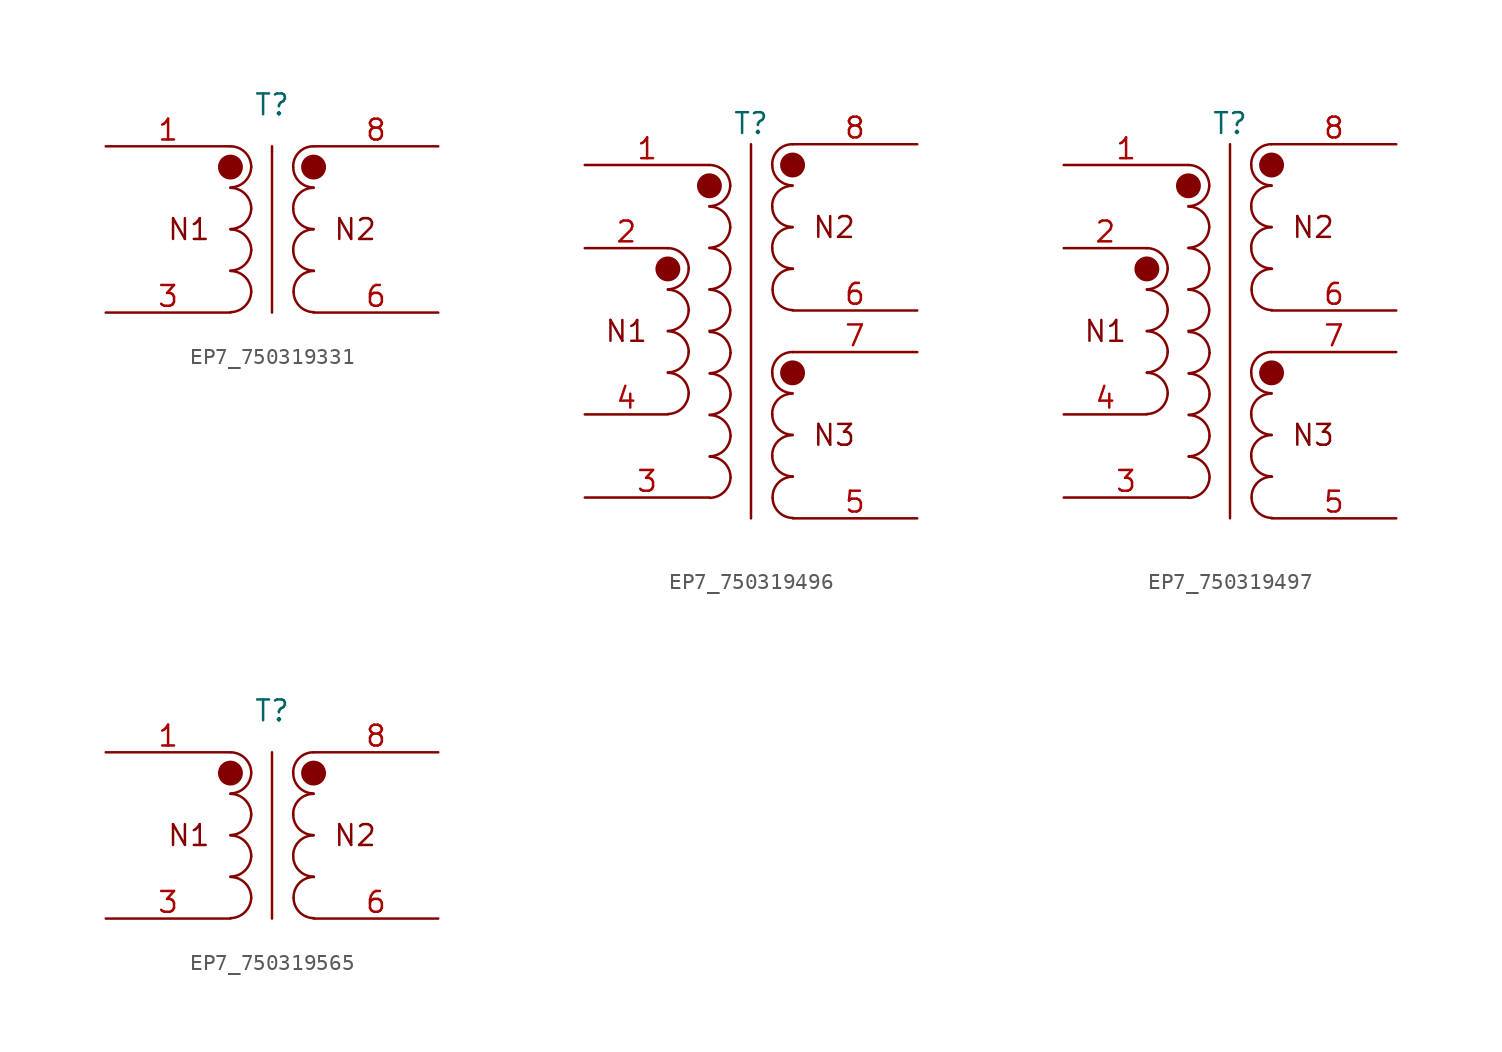
<source format=kicad_sym>
(kicad_symbol_lib
  (version 20220914)
  (generator kicad_symbol_editor)
  (symbol "EP7_750319331"
    (pin_names hide)
    (property "Reference" "T"
      (at 0 7.62 0)
      (effects (font (size 1.27 1.27))))
    (property "Critical Parameter" ""
      (at 0 -5.08 0)
      (effects (font (size 1.27 1.27))))
    (symbol "EP7_750319331_0_1"
      (arc (start -2.54 -5.0546) (mid -1.6599 -4.6901) (end -1.27 -3.81) (stroke (width 0) (type default)) (fill (type none)))
      (arc (start -2.54 -2.5146) (mid -1.6599 -2.1501) (end -1.27 -1.27) (stroke (width 0) (type default)) (fill (type none)))
      (arc (start -2.54 0.0254) (mid -1.6599 0.3899) (end -1.27 1.27) (stroke (width 0) (type default)) (fill (type none)))
      (arc (start -2.54 2.5654) (mid -1.6599 2.9299) (end -1.27 3.81) (stroke (width 0) (type default)) (fill (type none)))
      (arc (start -1.27 -3.81) (mid -1.642 -2.912) (end -2.54 -2.54) (stroke (width 0) (type default)) (fill (type none)))
      (arc (start -1.27 -1.27) (mid -1.642 -0.372) (end -2.54 0) (stroke (width 0) (type default)) (fill (type none)))
      (arc (start -1.27 1.27) (mid -1.642 2.168) (end -2.54 2.54) (stroke (width 0) (type default)) (fill (type none)))
      (arc (start -1.27 3.81) (mid -1.642 4.708) (end -2.54 5.08) (stroke (width 0) (type default)) (fill (type none)))
      (polyline (pts (xy 0 5.08) (xy 0 -5.08)) (stroke (width 0) (type default)) (fill (type none)))
      (arc (start 1.2954 -1.27) (mid 1.6599 -2.1501) (end 2.54 -2.5146) (stroke (width 0) (type default)) (fill (type none)))
      (arc (start 1.2954 1.27) (mid 1.6599 0.3899) (end 2.54 0.0254) (stroke (width 0) (type default)) (fill (type none)))
      (arc (start 1.2954 3.81) (mid 1.6599 2.9299) (end 2.54 2.5654) (stroke (width 0) (type default)) (fill (type none)))
      (arc (start 1.3208 -3.81) (mid 1.6853 -4.6901) (end 2.5654 -5.0546) (stroke (width 0) (type default)) (fill (type none)))
      (arc (start 2.54 0) (mid 1.642 -0.372) (end 1.2954 -1.27) (stroke (width 0) (type default)) (fill (type none)))
      (arc (start 2.54 2.54) (mid 1.642 2.168) (end 1.2954 1.27) (stroke (width 0) (type default)) (fill (type none)))
      (arc (start 2.54 5.08) (mid 1.642 4.708) (end 1.2954 3.81) (stroke (width 0) (type default)) (fill (type none)))
      (arc (start 2.5654 -2.54) (mid 1.6674 -2.912) (end 1.3208 -3.81) (stroke (width 0) (type default)) (fill (type none))))
    (symbol "EP7_750319331_1_1"
      (circle (center -2.54 3.81) (radius 0.0001) (stroke (width 0.762) (type default)) (fill (type none)))
      (circle (center 2.54 3.81) (radius 0.0001) (stroke (width 0.762) (type default)) (fill (type none)))
      (text "N1" (at -5.08 0 0) (effects (font (size 1.27 1.27))))
      (text "N2" (at 5.08 0 0) (effects (font (size 1.27 1.27))))
      (pin passive line (at -10.16 5.08 0) (length 7.62) (name "1" (effects (font (size 1.27 1.27)))) (number "1" (effects (font (size 1.27 1.27)))))
      (pin passive line (at -10.16 -5.08 0) (length 7.62) (name "3" (effects (font (size 1.27 1.27)))) (number "3" (effects (font (size 1.27 1.27)))))
      (pin passive line (at 10.16 -5.08 180) (length 7.62) (name "6" (effects (font (size 1.27 1.27)))) (number "6" (effects (font (size 1.27 1.27)))))
      (pin passive line (at 10.16 5.08 180) (length 7.62) (name "8" (effects (font (size 1.27 1.27)))) (number "8" (effects (font (size 1.27 1.27)))))))
  (symbol "EP7_750319496"
    (pin_names hide)
    (property "Reference" "T"
      (at 0 12.7 0)
      (effects (font (size 1.27 1.27))))
    (property "Critical Parameter" ""
      (at 0 -5.08 0)
      (effects (font (size 1.27 1.27))))
    (symbol "EP7_750319496_0_1"
      (arc (start -5.08 -5.0546) (mid -4.1961 -4.6863) (end -3.81 -3.81) (stroke (width 0) (type default)) (fill (type none)))
      (arc (start -5.08 -2.5146) (mid -4.1961 -2.1463) (end -3.81 -1.27) (stroke (width 0) (type default)) (fill (type none)))
      (arc (start -5.08 0.0254) (mid -4.1961 0.3937) (end -3.81 1.27) (stroke (width 0) (type default)) (fill (type none)))
      (arc (start -5.08 2.5654) (mid -4.1961 2.9337) (end -3.81 3.81) (stroke (width 0) (type default)) (fill (type none)))
      (arc (start -3.81 -3.81) (mid -4.182 -2.912) (end -5.08 -2.54) (stroke (width 0) (type default)) (fill (type none)))
      (arc (start -3.81 -1.27) (mid -4.182 -0.372) (end -5.08 0) (stroke (width 0) (type default)) (fill (type none)))
      (arc (start -3.81 1.27) (mid -4.182 2.168) (end -5.08 2.54) (stroke (width 0) (type default)) (fill (type none)))
      (arc (start -3.81 3.81) (mid -4.182 4.708) (end -5.08 5.08) (stroke (width 0) (type default)) (fill (type none)))
      (arc (start -2.54 0.0254) (mid -1.6561 0.3937) (end -1.27 1.27) (stroke (width 0) (type default)) (fill (type none)))
      (arc (start -2.54 2.5654) (mid -1.6561 2.9337) (end -1.27 3.81) (stroke (width 0) (type default)) (fill (type none)))
      (arc (start -2.54 5.1054) (mid -1.6561 5.4737) (end -1.27 6.35) (stroke (width 0) (type default)) (fill (type none)))
      (arc (start -2.54 7.6454) (mid -1.6561 8.0137) (end -1.27 8.89) (stroke (width 0) (type default)) (fill (type none)))
      (arc (start -2.5215 -10.1791) (mid -1.6376 -9.8108) (end -1.2515 -8.9345) (stroke (width 0) (type default)) (fill (type none)))
      (arc (start -2.5215 -7.6391) (mid -1.6376 -7.2708) (end -1.2515 -6.3945) (stroke (width 0) (type default)) (fill (type none)))
      (arc (start -2.5215 -5.0991) (mid -1.6376 -4.7308) (end -1.2515 -3.8545) (stroke (width 0) (type default)) (fill (type none)))
      (arc (start -2.5215 -2.5591) (mid -1.6376 -2.1908) (end -1.2515 -1.3145) (stroke (width 0) (type default)) (fill (type none)))
      (arc (start -1.27 1.27) (mid -1.642 2.168) (end -2.54 2.54) (stroke (width 0) (type default)) (fill (type none)))
      (arc (start -1.27 3.81) (mid -1.642 4.708) (end -2.54 5.08) (stroke (width 0) (type default)) (fill (type none)))
      (arc (start -1.27 6.35) (mid -1.642 7.248) (end -2.54 7.62) (stroke (width 0) (type default)) (fill (type none)))
      (arc (start -1.27 8.89) (mid -1.642 9.788) (end -2.54 10.16) (stroke (width 0) (type default)) (fill (type none)))
      (arc (start -1.2515 -8.9345) (mid -1.6235 -8.0365) (end -2.5215 -7.6645) (stroke (width 0) (type default)) (fill (type none)))
      (arc (start -1.2515 -6.3945) (mid -1.6235 -5.4965) (end -2.5215 -5.1245) (stroke (width 0) (type default)) (fill (type none)))
      (arc (start -1.2515 -3.8545) (mid -1.6235 -2.9565) (end -2.5215 -2.5845) (stroke (width 0) (type default)) (fill (type none)))
      (arc (start -1.2515 -1.3145) (mid -1.6235 -0.4165) (end -2.5215 -0.0445) (stroke (width 0) (type default)) (fill (type none)))
      (polyline (pts (xy 0 11.43) (xy 0 -11.43)) (stroke (width 0) (type default)) (fill (type none)))
      (arc (start 1.2954 -7.62) (mid 1.66 -8.4999) (end 2.54 -8.8646) (stroke (width 0) (type default)) (fill (type none)))
      (arc (start 1.2954 -5.08) (mid 1.66 -5.9599) (end 2.54 -6.3246) (stroke (width 0) (type default)) (fill (type none)))
      (arc (start 1.2954 -2.54) (mid 1.66 -3.4199) (end 2.54 -3.7846) (stroke (width 0) (type default)) (fill (type none)))
      (arc (start 1.2954 5.08) (mid 1.66 4.2001) (end 2.54 3.8354) (stroke (width 0) (type default)) (fill (type none)))
      (arc (start 1.2954 7.62) (mid 1.66 6.7401) (end 2.54 6.3754) (stroke (width 0) (type default)) (fill (type none)))
      (arc (start 1.2954 10.16) (mid 1.66 9.2801) (end 2.54 8.9154) (stroke (width 0) (type default)) (fill (type none)))
      (arc (start 1.3208 -10.16) (mid 1.6855 -11.0399) (end 2.5654 -11.4046) (stroke (width 0) (type default)) (fill (type none)))
      (arc (start 1.3208 2.54) (mid 1.6855 1.6601) (end 2.5654 1.2954) (stroke (width 0) (type default)) (fill (type none)))
      (arc (start 2.54 -6.35) (mid 1.6461 -6.7186) (end 1.2954 -7.62) (stroke (width 0) (type default)) (fill (type none)))
      (arc (start 2.54 -3.81) (mid 1.6461 -4.1786) (end 1.2954 -5.08) (stroke (width 0) (type default)) (fill (type none)))
      (arc (start 2.54 -1.27) (mid 1.6461 -1.6386) (end 1.2954 -2.54) (stroke (width 0) (type default)) (fill (type none)))
      (arc (start 2.54 6.35) (mid 1.6461 5.9814) (end 1.2954 5.08) (stroke (width 0) (type default)) (fill (type none)))
      (arc (start 2.54 8.89) (mid 1.6461 8.5214) (end 1.2954 7.62) (stroke (width 0) (type default)) (fill (type none)))
      (arc (start 2.54 11.43) (mid 1.6461 11.0614) (end 1.2954 10.16) (stroke (width 0) (type default)) (fill (type none)))
      (arc (start 2.5654 -8.89) (mid 1.6705 -9.2581) (end 1.3208 -10.16) (stroke (width 0) (type default)) (fill (type none)))
      (arc (start 2.5654 3.81) (mid 1.6705 3.4419) (end 1.3208 2.54) (stroke (width 0) (type default)) (fill (type none))))
    (symbol "EP7_750319496_1_1"
      (circle (center -5.08 3.81) (radius 0.0001) (stroke (width 0.762) (type default)) (fill (type none)))
      (circle (center -2.54 8.89) (radius 0.0001) (stroke (width 0.762) (type default)) (fill (type none)))
      (circle (center 2.54 -2.54) (radius 0.0001) (stroke (width 0.762) (type default)) (fill (type none)))
      (circle (center 2.54 10.16) (radius 0.0001) (stroke (width 0.762) (type default)) (fill (type none)))
      (text "N1" (at -7.62 0 0) (effects (font (size 1.27 1.27))))
      (text "N2" (at 5.08 6.35 0) (effects (font (size 1.27 1.27))))
      (text "N3" (at 5.08 -6.35 0) (effects (font (size 1.27 1.27))))
      (pin passive line (at -10.16 10.16 0) (length 7.62) (name "1" (effects (font (size 1.27 1.27)))) (number "1" (effects (font (size 1.27 1.27)))))
      (pin passive line (at -10.16 5.08 0) (length 5.08) (name "2" (effects (font (size 1.27 1.27)))) (number "2" (effects (font (size 1.27 1.27)))))
      (pin passive line (at -10.16 -10.16 0) (length 7.62) (name "3" (effects (font (size 1.27 1.27)))) (number "3" (effects (font (size 1.27 1.27)))))
      (pin passive line (at -10.16 -5.08 0) (length 5.08) (name "4" (effects (font (size 1.27 1.27)))) (number "4" (effects (font (size 1.27 1.27)))))
      (pin passive line (at 10.16 -11.43 180) (length 7.62) (name "5" (effects (font (size 1.27 1.27)))) (number "5" (effects (font (size 1.27 1.27)))))
      (pin passive line (at 10.16 1.27 180) (length 7.62) (name "6" (effects (font (size 1.27 1.27)))) (number "6" (effects (font (size 1.27 1.27)))))
      (pin passive line (at 10.16 -1.27 180) (length 7.62) (name "7" (effects (font (size 1.27 1.27)))) (number "7" (effects (font (size 1.27 1.27)))))
      (pin passive line (at 10.16 11.43 180) (length 7.62) (name "8" (effects (font (size 1.27 1.27)))) (number "8" (effects (font (size 1.27 1.27)))))))
  (symbol "EP7_750319497"
    (pin_names hide)
    (property "Reference" "T"
      (at 0 12.7 0)
      (effects (font (size 1.27 1.27))))
    (property "Critical Parameter" ""
      (at 0 -5.08 0)
      (effects (font (size 1.27 1.27))))
    (symbol "EP7_750319497_0_1"
      (arc (start -5.08 -5.0546) (mid -4.1961 -4.6863) (end -3.81 -3.81) (stroke (width 0) (type default)) (fill (type none)))
      (arc (start -5.08 -2.5146) (mid -4.1961 -2.1463) (end -3.81 -1.27) (stroke (width 0) (type default)) (fill (type none)))
      (arc (start -5.08 0.0254) (mid -4.1961 0.3937) (end -3.81 1.27) (stroke (width 0) (type default)) (fill (type none)))
      (arc (start -5.08 2.5654) (mid -4.1961 2.9337) (end -3.81 3.81) (stroke (width 0) (type default)) (fill (type none)))
      (arc (start -3.81 -3.81) (mid -4.182 -2.912) (end -5.08 -2.54) (stroke (width 0) (type default)) (fill (type none)))
      (arc (start -3.81 -1.27) (mid -4.182 -0.372) (end -5.08 0) (stroke (width 0) (type default)) (fill (type none)))
      (arc (start -3.81 1.27) (mid -4.182 2.168) (end -5.08 2.54) (stroke (width 0) (type default)) (fill (type none)))
      (arc (start -3.81 3.81) (mid -4.182 4.708) (end -5.08 5.08) (stroke (width 0) (type default)) (fill (type none)))
      (arc (start -2.54 0.0254) (mid -1.6561 0.3937) (end -1.27 1.27) (stroke (width 0) (type default)) (fill (type none)))
      (arc (start -2.54 2.5654) (mid -1.6561 2.9337) (end -1.27 3.81) (stroke (width 0) (type default)) (fill (type none)))
      (arc (start -2.54 5.1054) (mid -1.6561 5.4737) (end -1.27 6.35) (stroke (width 0) (type default)) (fill (type none)))
      (arc (start -2.54 7.6454) (mid -1.6561 8.0137) (end -1.27 8.89) (stroke (width 0) (type default)) (fill (type none)))
      (arc (start -2.5215 -10.1791) (mid -1.6376 -9.8108) (end -1.2515 -8.9345) (stroke (width 0) (type default)) (fill (type none)))
      (arc (start -2.5215 -7.6391) (mid -1.6376 -7.2708) (end -1.2515 -6.3945) (stroke (width 0) (type default)) (fill (type none)))
      (arc (start -2.5215 -5.0991) (mid -1.6376 -4.7308) (end -1.2515 -3.8545) (stroke (width 0) (type default)) (fill (type none)))
      (arc (start -2.5215 -2.5591) (mid -1.6376 -2.1908) (end -1.2515 -1.3145) (stroke (width 0) (type default)) (fill (type none)))
      (arc (start -1.27 1.27) (mid -1.642 2.168) (end -2.54 2.54) (stroke (width 0) (type default)) (fill (type none)))
      (arc (start -1.27 3.81) (mid -1.642 4.708) (end -2.54 5.08) (stroke (width 0) (type default)) (fill (type none)))
      (arc (start -1.27 6.35) (mid -1.642 7.248) (end -2.54 7.62) (stroke (width 0) (type default)) (fill (type none)))
      (arc (start -1.27 8.89) (mid -1.642 9.788) (end -2.54 10.16) (stroke (width 0) (type default)) (fill (type none)))
      (arc (start -1.2515 -8.9345) (mid -1.6235 -8.0365) (end -2.5215 -7.6645) (stroke (width 0) (type default)) (fill (type none)))
      (arc (start -1.2515 -6.3945) (mid -1.6235 -5.4965) (end -2.5215 -5.1245) (stroke (width 0) (type default)) (fill (type none)))
      (arc (start -1.2515 -3.8545) (mid -1.6235 -2.9565) (end -2.5215 -2.5845) (stroke (width 0) (type default)) (fill (type none)))
      (arc (start -1.2515 -1.3145) (mid -1.6235 -0.4165) (end -2.5215 -0.0445) (stroke (width 0) (type default)) (fill (type none)))
      (polyline (pts (xy 0 11.43) (xy 0 -11.43)) (stroke (width 0) (type default)) (fill (type none)))
      (arc (start 1.2954 -7.62) (mid 1.66 -8.4999) (end 2.54 -8.8646) (stroke (width 0) (type default)) (fill (type none)))
      (arc (start 1.2954 -5.08) (mid 1.66 -5.9599) (end 2.54 -6.3246) (stroke (width 0) (type default)) (fill (type none)))
      (arc (start 1.2954 -2.54) (mid 1.66 -3.4199) (end 2.54 -3.7846) (stroke (width 0) (type default)) (fill (type none)))
      (arc (start 1.2954 5.08) (mid 1.66 4.2001) (end 2.54 3.8354) (stroke (width 0) (type default)) (fill (type none)))
      (arc (start 1.2954 7.62) (mid 1.66 6.7401) (end 2.54 6.3754) (stroke (width 0) (type default)) (fill (type none)))
      (arc (start 1.2954 10.16) (mid 1.66 9.2801) (end 2.54 8.9154) (stroke (width 0) (type default)) (fill (type none)))
      (arc (start 1.3208 -10.16) (mid 1.6855 -11.0399) (end 2.5654 -11.4046) (stroke (width 0) (type default)) (fill (type none)))
      (arc (start 1.3208 2.54) (mid 1.6855 1.6601) (end 2.5654 1.2954) (stroke (width 0) (type default)) (fill (type none)))
      (arc (start 2.54 -6.35) (mid 1.6461 -6.7186) (end 1.2954 -7.62) (stroke (width 0) (type default)) (fill (type none)))
      (arc (start 2.54 -3.81) (mid 1.6461 -4.1786) (end 1.2954 -5.08) (stroke (width 0) (type default)) (fill (type none)))
      (arc (start 2.54 -1.27) (mid 1.6461 -1.6386) (end 1.2954 -2.54) (stroke (width 0) (type default)) (fill (type none)))
      (arc (start 2.54 6.35) (mid 1.6461 5.9814) (end 1.2954 5.08) (stroke (width 0) (type default)) (fill (type none)))
      (arc (start 2.54 8.89) (mid 1.6461 8.5214) (end 1.2954 7.62) (stroke (width 0) (type default)) (fill (type none)))
      (arc (start 2.54 11.43) (mid 1.6461 11.0614) (end 1.2954 10.16) (stroke (width 0) (type default)) (fill (type none)))
      (arc (start 2.5654 -8.89) (mid 1.6705 -9.2581) (end 1.3208 -10.16) (stroke (width 0) (type default)) (fill (type none)))
      (arc (start 2.5654 3.81) (mid 1.6705 3.4419) (end 1.3208 2.54) (stroke (width 0) (type default)) (fill (type none))))
    (symbol "EP7_750319497_1_1"
      (circle (center -5.08 3.81) (radius 0.0001) (stroke (width 0.762) (type default)) (fill (type none)))
      (circle (center -2.54 8.89) (radius 0.0001) (stroke (width 0.762) (type default)) (fill (type none)))
      (circle (center 2.54 -2.54) (radius 0.0001) (stroke (width 0.762) (type default)) (fill (type none)))
      (circle (center 2.54 10.16) (radius 0.0001) (stroke (width 0.762) (type default)) (fill (type none)))
      (text "N1" (at -7.62 0 0) (effects (font (size 1.27 1.27))))
      (text "N2" (at 5.08 6.35 0) (effects (font (size 1.27 1.27))))
      (text "N3" (at 5.08 -6.35 0) (effects (font (size 1.27 1.27))))
      (pin passive line (at -10.16 10.16 0) (length 7.62) (name "1" (effects (font (size 1.27 1.27)))) (number "1" (effects (font (size 1.27 1.27)))))
      (pin passive line (at -10.16 5.08 0) (length 5.08) (name "2" (effects (font (size 1.27 1.27)))) (number "2" (effects (font (size 1.27 1.27)))))
      (pin passive line (at -10.16 -10.16 0) (length 7.62) (name "3" (effects (font (size 1.27 1.27)))) (number "3" (effects (font (size 1.27 1.27)))))
      (pin passive line (at -10.16 -5.08 0) (length 5.08) (name "4" (effects (font (size 1.27 1.27)))) (number "4" (effects (font (size 1.27 1.27)))))
      (pin passive line (at 10.16 -11.43 180) (length 7.62) (name "5" (effects (font (size 1.27 1.27)))) (number "5" (effects (font (size 1.27 1.27)))))
      (pin passive line (at 10.16 1.27 180) (length 7.62) (name "6" (effects (font (size 1.27 1.27)))) (number "6" (effects (font (size 1.27 1.27)))))
      (pin passive line (at 10.16 -1.27 180) (length 7.62) (name "7" (effects (font (size 1.27 1.27)))) (number "7" (effects (font (size 1.27 1.27)))))
      (pin passive line (at 10.16 11.43 180) (length 7.62) (name "8" (effects (font (size 1.27 1.27)))) (number "8" (effects (font (size 1.27 1.27)))))))
  (symbol "EP7_750319565"
    (pin_names hide)
    (property "Reference" "T"
      (at 0 7.62 0)
      (effects (font (size 1.27 1.27))))
    (property "Critical Parameter" ""
      (at 0 -5.08 0)
      (effects (font (size 1.27 1.27))))
    (symbol "EP7_750319565_0_1"
      (arc (start -2.54 -5.0546) (mid -1.6599 -4.6901) (end -1.27 -3.81) (stroke (width 0) (type default)) (fill (type none)))
      (arc (start -2.54 -2.5146) (mid -1.6599 -2.1501) (end -1.27 -1.27) (stroke (width 0) (type default)) (fill (type none)))
      (arc (start -2.54 0.0254) (mid -1.6599 0.3899) (end -1.27 1.27) (stroke (width 0) (type default)) (fill (type none)))
      (arc (start -2.54 2.5654) (mid -1.6599 2.9299) (end -1.27 3.81) (stroke (width 0) (type default)) (fill (type none)))
      (arc (start -1.27 -3.81) (mid -1.642 -2.912) (end -2.54 -2.54) (stroke (width 0) (type default)) (fill (type none)))
      (arc (start -1.27 -1.27) (mid -1.642 -0.372) (end -2.54 0) (stroke (width 0) (type default)) (fill (type none)))
      (arc (start -1.27 1.27) (mid -1.642 2.168) (end -2.54 2.54) (stroke (width 0) (type default)) (fill (type none)))
      (arc (start -1.27 3.81) (mid -1.642 4.708) (end -2.54 5.08) (stroke (width 0) (type default)) (fill (type none)))
      (polyline (pts (xy 0 5.08) (xy 0 -5.08)) (stroke (width 0) (type default)) (fill (type none)))
      (arc (start 1.2954 -1.27) (mid 1.6599 -2.1501) (end 2.54 -2.5146) (stroke (width 0) (type default)) (fill (type none)))
      (arc (start 1.2954 1.27) (mid 1.6599 0.3899) (end 2.54 0.0254) (stroke (width 0) (type default)) (fill (type none)))
      (arc (start 1.2954 3.81) (mid 1.6599 2.9299) (end 2.54 2.5654) (stroke (width 0) (type default)) (fill (type none)))
      (arc (start 1.3208 -3.81) (mid 1.6853 -4.6901) (end 2.5654 -5.0546) (stroke (width 0) (type default)) (fill (type none)))
      (arc (start 2.54 0) (mid 1.642 -0.372) (end 1.2954 -1.27) (stroke (width 0) (type default)) (fill (type none)))
      (arc (start 2.54 2.54) (mid 1.642 2.168) (end 1.2954 1.27) (stroke (width 0) (type default)) (fill (type none)))
      (arc (start 2.54 5.08) (mid 1.642 4.708) (end 1.2954 3.81) (stroke (width 0) (type default)) (fill (type none)))
      (arc (start 2.5654 -2.54) (mid 1.6674 -2.912) (end 1.3208 -3.81) (stroke (width 0) (type default)) (fill (type none))))
    (symbol "EP7_750319565_1_1"
      (circle (center -2.54 3.81) (radius 0.0001) (stroke (width 0.762) (type default)) (fill (type none)))
      (circle (center 2.54 3.81) (radius 0.0001) (stroke (width 0.762) (type default)) (fill (type none)))
      (text "N1" (at -5.08 0 0) (effects (font (size 1.27 1.27))))
      (text "N2" (at 5.08 0 0) (effects (font (size 1.27 1.27))))
      (pin passive line (at -10.16 5.08 0) (length 7.62) (name "1" (effects (font (size 1.27 1.27)))) (number "1" (effects (font (size 1.27 1.27)))))
      (pin passive line (at -10.16 -5.08 0) (length 7.62) (name "3" (effects (font (size 1.27 1.27)))) (number "3" (effects (font (size 1.27 1.27)))))
      (pin passive line (at 10.16 -5.08 180) (length 7.62) (name "6" (effects (font (size 1.27 1.27)))) (number "6" (effects (font (size 1.27 1.27)))))
      (pin passive line (at 10.16 5.08 180) (length 7.62) (name "8" (effects (font (size 1.27 1.27)))) (number "8" (effects (font (size 1.27 1.27))))))))
</source>
